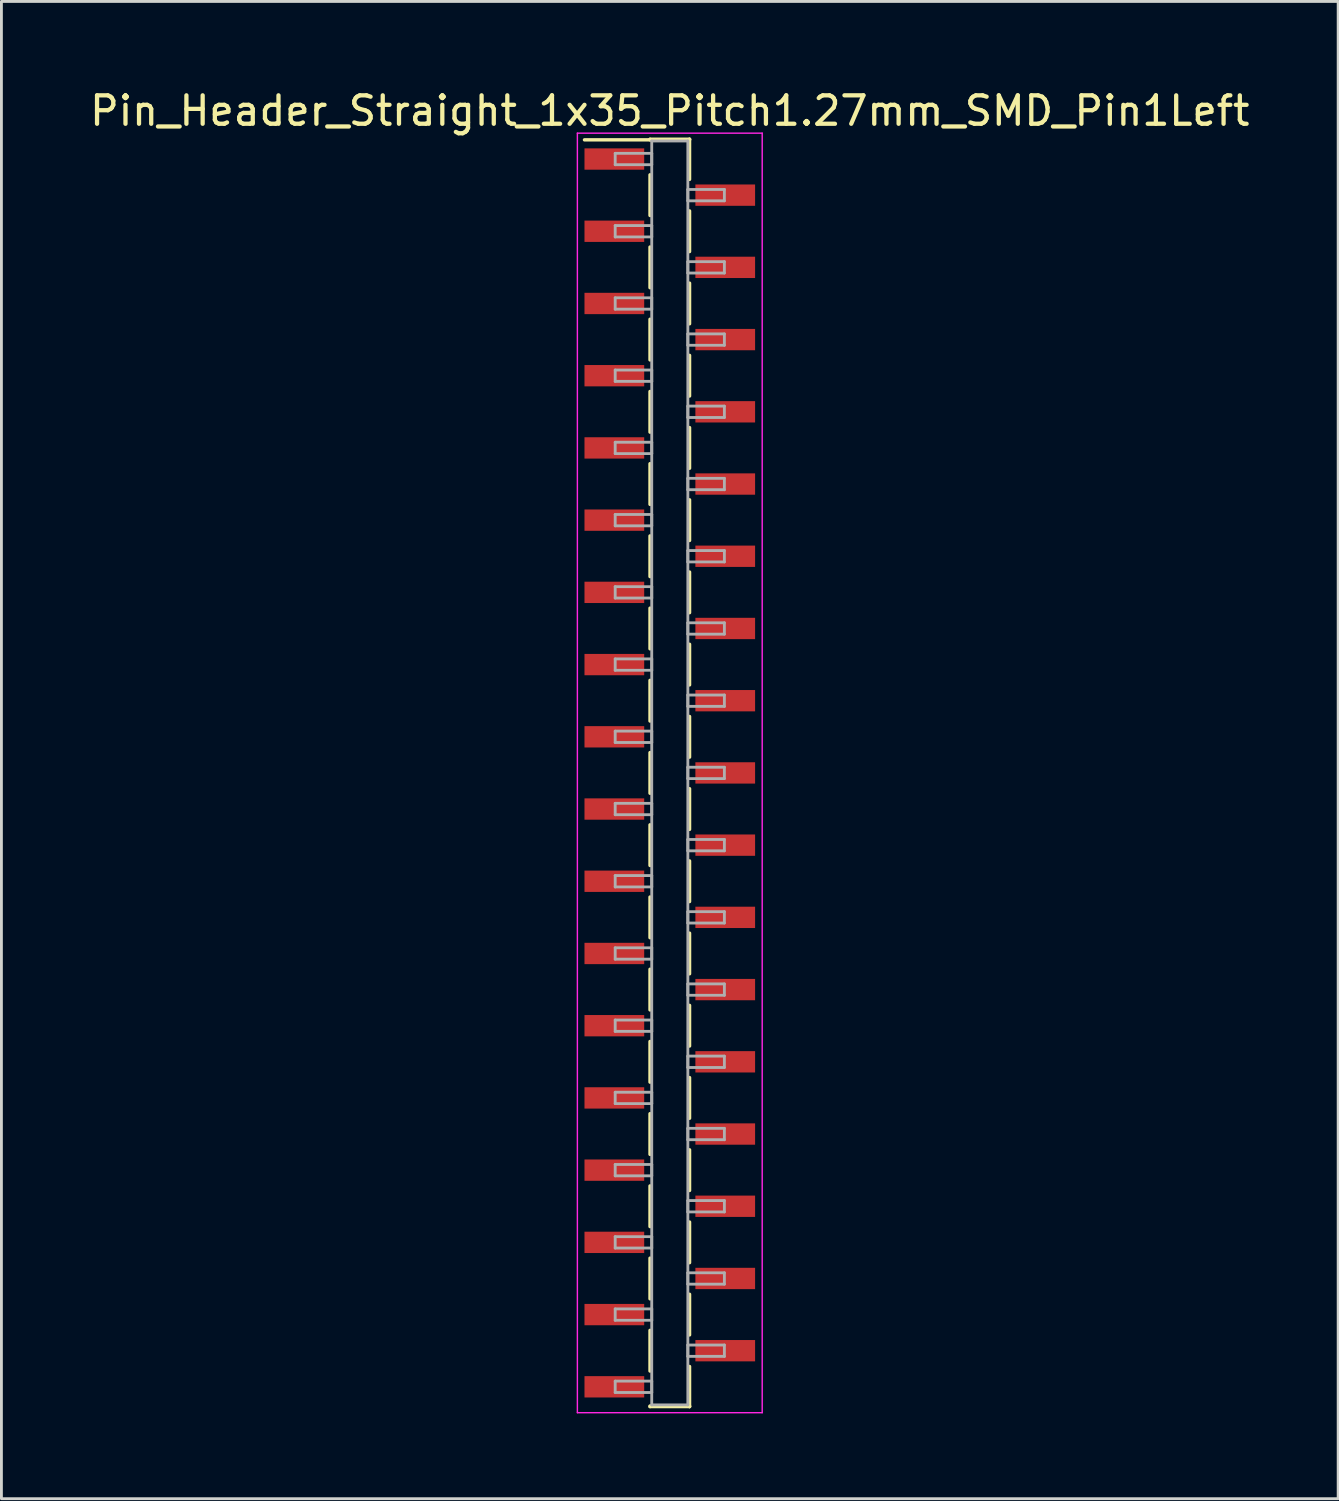
<source format=kicad_pcb>
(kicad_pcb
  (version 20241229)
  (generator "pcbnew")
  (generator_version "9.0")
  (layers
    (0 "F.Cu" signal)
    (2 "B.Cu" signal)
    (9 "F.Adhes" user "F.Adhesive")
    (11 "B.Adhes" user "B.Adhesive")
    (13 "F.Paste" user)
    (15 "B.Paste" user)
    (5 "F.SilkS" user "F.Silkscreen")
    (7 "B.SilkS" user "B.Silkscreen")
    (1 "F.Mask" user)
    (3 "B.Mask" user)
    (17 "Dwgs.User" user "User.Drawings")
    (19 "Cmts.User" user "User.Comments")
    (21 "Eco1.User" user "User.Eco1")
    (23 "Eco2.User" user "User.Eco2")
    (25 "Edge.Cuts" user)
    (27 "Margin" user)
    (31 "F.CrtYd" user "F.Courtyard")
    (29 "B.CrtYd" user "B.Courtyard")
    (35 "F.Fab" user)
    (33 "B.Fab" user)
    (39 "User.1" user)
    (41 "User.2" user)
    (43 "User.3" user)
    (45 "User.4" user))
  (footprint "Pin_Header_Straight_1x35_Pitch1.27mm_SMD_Pin1Left"
    (layer "F.Cu")
    (at 20.506 24.133)
    (property "Reference" "Pin_Header_Straight_1x35_Pitch1.27mm_SMD_Pin1Left" (at 0 -23.285 0) (layer "F.SilkS") (effects (font (size 1 1) (thickness 0.15))))
    (attr smd)
    (fp_line (start -0.695 -22.285) (end 0.695 -22.285) (stroke (width 0.12) (type solid)) (layer "F.SilkS"))
    (fp_line (start -0.695 -22.265) (end -3 -22.265) (stroke (width 0.12) (type solid)) (layer "F.SilkS"))
    (fp_line (start -0.695 -22.265) (end -0.695 -22.285) (stroke (width 0.12) (type solid)) (layer "F.SilkS"))
    (fp_line (start -0.695 -21.035) (end -0.695 -19.605) (stroke (width 0.12) (type solid)) (layer "F.SilkS"))
    (fp_line (start -0.695 -18.495) (end -0.695 -17.065) (stroke (width 0.12) (type solid)) (layer "F.SilkS"))
    (fp_line (start -0.695 -15.955) (end -0.695 -14.525) (stroke (width 0.12) (type solid)) (layer "F.SilkS"))
    (fp_line (start -0.695 -13.415) (end -0.695 -11.985) (stroke (width 0.12) (type solid)) (layer "F.SilkS"))
    (fp_line (start -0.695 -10.875) (end -0.695 -9.445) (stroke (width 0.12) (type solid)) (layer "F.SilkS"))
    (fp_line (start -0.695 -8.335) (end -0.695 -6.905) (stroke (width 0.12) (type solid)) (layer "F.SilkS"))
    (fp_line (start -0.695 -5.795) (end -0.695 -4.365) (stroke (width 0.12) (type solid)) (layer "F.SilkS"))
    (fp_line (start -0.695 -3.255) (end -0.695 -1.825) (stroke (width 0.12) (type solid)) (layer "F.SilkS"))
    (fp_line (start -0.695 -0.715) (end -0.695 0.715) (stroke (width 0.12) (type solid)) (layer "F.SilkS"))
    (fp_line (start -0.695 1.825) (end -0.695 3.255) (stroke (width 0.12) (type solid)) (layer "F.SilkS"))
    (fp_line (start -0.695 4.365) (end -0.695 5.795) (stroke (width 0.12) (type solid)) (layer "F.SilkS"))
    (fp_line (start -0.695 6.905) (end -0.695 8.335) (stroke (width 0.12) (type solid)) (layer "F.SilkS"))
    (fp_line (start -0.695 9.445) (end -0.695 10.875) (stroke (width 0.12) (type solid)) (layer "F.SilkS"))
    (fp_line (start -0.695 11.985) (end -0.695 13.415) (stroke (width 0.12) (type solid)) (layer "F.SilkS"))
    (fp_line (start -0.695 14.525) (end -0.695 15.955) (stroke (width 0.12) (type solid)) (layer "F.SilkS"))
    (fp_line (start -0.695 17.065) (end -0.695 18.495) (stroke (width 0.12) (type solid)) (layer "F.SilkS"))
    (fp_line (start -0.695 19.605) (end -0.695 21.035) (stroke (width 0.12) (type solid)) (layer "F.SilkS"))
    (fp_line (start -0.695 22.265) (end -0.695 22.285) (stroke (width 0.12) (type solid)) (layer "F.SilkS"))
    (fp_line (start -0.695 22.285) (end 0.695 22.285) (stroke (width 0.12) (type solid)) (layer "F.SilkS"))
    (fp_line (start 0.695 -22.285) (end 0.695 -22.265) (stroke (width 0.12) (type solid)) (layer "F.SilkS"))
    (fp_line (start 0.695 -22.285) (end 0.695 -20.875) (stroke (width 0.12) (type solid)) (layer "F.SilkS"))
    (fp_line (start 0.695 -19.765) (end 0.695 -18.335) (stroke (width 0.12) (type solid)) (layer "F.SilkS"))
    (fp_line (start 0.695 -17.225) (end 0.695 -15.795) (stroke (width 0.12) (type solid)) (layer "F.SilkS"))
    (fp_line (start 0.695 -14.685) (end 0.695 -13.255) (stroke (width 0.12) (type solid)) (layer "F.SilkS"))
    (fp_line (start 0.695 -12.145) (end 0.695 -10.715) (stroke (width 0.12) (type solid)) (layer "F.SilkS"))
    (fp_line (start 0.695 -9.605) (end 0.695 -8.175) (stroke (width 0.12) (type solid)) (layer "F.SilkS"))
    (fp_line (start 0.695 -7.065) (end 0.695 -5.635) (stroke (width 0.12) (type solid)) (layer "F.SilkS"))
    (fp_line (start 0.695 -4.525) (end 0.695 -3.095) (stroke (width 0.12) (type solid)) (layer "F.SilkS"))
    (fp_line (start 0.695 -1.985) (end 0.695 -0.555) (stroke (width 0.12) (type solid)) (layer "F.SilkS"))
    (fp_line (start 0.695 0.555) (end 0.695 1.985) (stroke (width 0.12) (type solid)) (layer "F.SilkS"))
    (fp_line (start 0.695 3.095) (end 0.695 4.525) (stroke (width 0.12) (type solid)) (layer "F.SilkS"))
    (fp_line (start 0.695 5.635) (end 0.695 7.065) (stroke (width 0.12) (type solid)) (layer "F.SilkS"))
    (fp_line (start 0.695 8.175) (end 0.695 9.605) (stroke (width 0.12) (type solid)) (layer "F.SilkS"))
    (fp_line (start 0.695 10.715) (end 0.695 12.145) (stroke (width 0.12) (type solid)) (layer "F.SilkS"))
    (fp_line (start 0.695 13.255) (end 0.695 14.685) (stroke (width 0.12) (type solid)) (layer "F.SilkS"))
    (fp_line (start 0.695 15.795) (end 0.695 17.225) (stroke (width 0.12) (type solid)) (layer "F.SilkS"))
    (fp_line (start 0.695 18.335) (end 0.695 19.765) (stroke (width 0.12) (type solid)) (layer "F.SilkS"))
    (fp_line (start 0.695 20.875) (end 0.695 22.285) (stroke (width 0.12) (type solid)) (layer "F.SilkS"))
    (fp_line (start 0.695 22.285) (end 0.695 22.265) (stroke (width 0.12) (type solid)) (layer "F.SilkS"))
    (fp_line (start -3.25 -22.5) (end -3.25 22.5) (stroke (width 0.05) (type solid)) (layer "F.CrtYd"))
    (fp_line (start -3.25 22.5) (end 3.25 22.5) (stroke (width 0.05) (type solid)) (layer "F.CrtYd"))
    (fp_line (start 3.25 -22.5) (end -3.25 -22.5) (stroke (width 0.05) (type solid)) (layer "F.CrtYd"))
    (fp_line (start 3.25 22.5) (end 3.25 -22.5) (stroke (width 0.05) (type solid)) (layer "F.CrtYd"))
    (fp_line (start -1.92 -21.79) (end -0.635 -21.79) (stroke (width 0.1) (type solid)) (layer "F.Fab"))
    (fp_line (start -1.92 -21.39) (end -1.92 -21.79) (stroke (width 0.1) (type solid)) (layer "F.Fab"))
    (fp_line (start -1.92 -19.25) (end -0.635 -19.25) (stroke (width 0.1) (type solid)) (layer "F.Fab"))
    (fp_line (start -1.92 -18.85) (end -1.92 -19.25) (stroke (width 0.1) (type solid)) (layer "F.Fab"))
    (fp_line (start -1.92 -16.71) (end -0.635 -16.71) (stroke (width 0.1) (type solid)) (layer "F.Fab"))
    (fp_line (start -1.92 -16.31) (end -1.92 -16.71) (stroke (width 0.1) (type solid)) (layer "F.Fab"))
    (fp_line (start -1.92 -14.17) (end -0.635 -14.17) (stroke (width 0.1) (type solid)) (layer "F.Fab"))
    (fp_line (start -1.92 -13.77) (end -1.92 -14.17) (stroke (width 0.1) (type solid)) (layer "F.Fab"))
    (fp_line (start -1.92 -11.63) (end -0.635 -11.63) (stroke (width 0.1) (type solid)) (layer "F.Fab"))
    (fp_line (start -1.92 -11.23) (end -1.92 -11.63) (stroke (width 0.1) (type solid)) (layer "F.Fab"))
    (fp_line (start -1.92 -9.09) (end -0.635 -9.09) (stroke (width 0.1) (type solid)) (layer "F.Fab"))
    (fp_line (start -1.92 -8.69) (end -1.92 -9.09) (stroke (width 0.1) (type solid)) (layer "F.Fab"))
    (fp_line (start -1.92 -6.55) (end -0.635 -6.55) (stroke (width 0.1) (type solid)) (layer "F.Fab"))
    (fp_line (start -1.92 -6.15) (end -1.92 -6.55) (stroke (width 0.1) (type solid)) (layer "F.Fab"))
    (fp_line (start -1.92 -4.01) (end -0.635 -4.01) (stroke (width 0.1) (type solid)) (layer "F.Fab"))
    (fp_line (start -1.92 -3.61) (end -1.92 -4.01) (stroke (width 0.1) (type solid)) (layer "F.Fab"))
    (fp_line (start -1.92 -1.47) (end -0.635 -1.47) (stroke (width 0.1) (type solid)) (layer "F.Fab"))
    (fp_line (start -1.92 -1.07) (end -1.92 -1.47) (stroke (width 0.1) (type solid)) (layer "F.Fab"))
    (fp_line (start -1.92 1.07) (end -0.635 1.07) (stroke (width 0.1) (type solid)) (layer "F.Fab"))
    (fp_line (start -1.92 1.47) (end -1.92 1.07) (stroke (width 0.1) (type solid)) (layer "F.Fab"))
    (fp_line (start -1.92 3.61) (end -0.635 3.61) (stroke (width 0.1) (type solid)) (layer "F.Fab"))
    (fp_line (start -1.92 4.01) (end -1.92 3.61) (stroke (width 0.1) (type solid)) (layer "F.Fab"))
    (fp_line (start -1.92 6.15) (end -0.635 6.15) (stroke (width 0.1) (type solid)) (layer "F.Fab"))
    (fp_line (start -1.92 6.55) (end -1.92 6.15) (stroke (width 0.1) (type solid)) (layer "F.Fab"))
    (fp_line (start -1.92 8.69) (end -0.635 8.69) (stroke (width 0.1) (type solid)) (layer "F.Fab"))
    (fp_line (start -1.92 9.09) (end -1.92 8.69) (stroke (width 0.1) (type solid)) (layer "F.Fab"))
    (fp_line (start -1.92 11.23) (end -0.635 11.23) (stroke (width 0.1) (type solid)) (layer "F.Fab"))
    (fp_line (start -1.92 11.63) (end -1.92 11.23) (stroke (width 0.1) (type solid)) (layer "F.Fab"))
    (fp_line (start -1.92 13.77) (end -0.635 13.77) (stroke (width 0.1) (type solid)) (layer "F.Fab"))
    (fp_line (start -1.92 14.17) (end -1.92 13.77) (stroke (width 0.1) (type solid)) (layer "F.Fab"))
    (fp_line (start -1.92 16.31) (end -0.635 16.31) (stroke (width 0.1) (type solid)) (layer "F.Fab"))
    (fp_line (start -1.92 16.71) (end -1.92 16.31) (stroke (width 0.1) (type solid)) (layer "F.Fab"))
    (fp_line (start -1.92 18.85) (end -0.635 18.85) (stroke (width 0.1) (type solid)) (layer "F.Fab"))
    (fp_line (start -1.92 19.25) (end -1.92 18.85) (stroke (width 0.1) (type solid)) (layer "F.Fab"))
    (fp_line (start -1.92 21.39) (end -0.635 21.39) (stroke (width 0.1) (type solid)) (layer "F.Fab"))
    (fp_line (start -1.92 21.79) (end -1.92 21.39) (stroke (width 0.1) (type solid)) (layer "F.Fab"))
    (fp_line (start -0.635 -22.225) (end -0.635 22.225) (stroke (width 0.1) (type solid)) (layer "F.Fab"))
    (fp_line (start -0.635 -21.79) (end -0.635 -21.39) (stroke (width 0.1) (type solid)) (layer "F.Fab"))
    (fp_line (start -0.635 -21.39) (end -1.92 -21.39) (stroke (width 0.1) (type solid)) (layer "F.Fab"))
    (fp_line (start -0.635 -19.25) (end -0.635 -18.85) (stroke (width 0.1) (type solid)) (layer "F.Fab"))
    (fp_line (start -0.635 -18.85) (end -1.92 -18.85) (stroke (width 0.1) (type solid)) (layer "F.Fab"))
    (fp_line (start -0.635 -16.71) (end -0.635 -16.31) (stroke (width 0.1) (type solid)) (layer "F.Fab"))
    (fp_line (start -0.635 -16.31) (end -1.92 -16.31) (stroke (width 0.1) (type solid)) (layer "F.Fab"))
    (fp_line (start -0.635 -14.17) (end -0.635 -13.77) (stroke (width 0.1) (type solid)) (layer "F.Fab"))
    (fp_line (start -0.635 -13.77) (end -1.92 -13.77) (stroke (width 0.1) (type solid)) (layer "F.Fab"))
    (fp_line (start -0.635 -11.63) (end -0.635 -11.23) (stroke (width 0.1) (type solid)) (layer "F.Fab"))
    (fp_line (start -0.635 -11.23) (end -1.92 -11.23) (stroke (width 0.1) (type solid)) (layer "F.Fab"))
    (fp_line (start -0.635 -9.09) (end -0.635 -8.69) (stroke (width 0.1) (type solid)) (layer "F.Fab"))
    (fp_line (start -0.635 -8.69) (end -1.92 -8.69) (stroke (width 0.1) (type solid)) (layer "F.Fab"))
    (fp_line (start -0.635 -6.55) (end -0.635 -6.15) (stroke (width 0.1) (type solid)) (layer "F.Fab"))
    (fp_line (start -0.635 -6.15) (end -1.92 -6.15) (stroke (width 0.1) (type solid)) (layer "F.Fab"))
    (fp_line (start -0.635 -4.01) (end -0.635 -3.61) (stroke (width 0.1) (type solid)) (layer "F.Fab"))
    (fp_line (start -0.635 -3.61) (end -1.92 -3.61) (stroke (width 0.1) (type solid)) (layer "F.Fab"))
    (fp_line (start -0.635 -1.47) (end -0.635 -1.07) (stroke (width 0.1) (type solid)) (layer "F.Fab"))
    (fp_line (start -0.635 -1.07) (end -1.92 -1.07) (stroke (width 0.1) (type solid)) (layer "F.Fab"))
    (fp_line (start -0.635 1.07) (end -0.635 1.47) (stroke (width 0.1) (type solid)) (layer "F.Fab"))
    (fp_line (start -0.635 1.47) (end -1.92 1.47) (stroke (width 0.1) (type solid)) (layer "F.Fab"))
    (fp_line (start -0.635 3.61) (end -0.635 4.01) (stroke (width 0.1) (type solid)) (layer "F.Fab"))
    (fp_line (start -0.635 4.01) (end -1.92 4.01) (stroke (width 0.1) (type solid)) (layer "F.Fab"))
    (fp_line (start -0.635 6.15) (end -0.635 6.55) (stroke (width 0.1) (type solid)) (layer "F.Fab"))
    (fp_line (start -0.635 6.55) (end -1.92 6.55) (stroke (width 0.1) (type solid)) (layer "F.Fab"))
    (fp_line (start -0.635 8.69) (end -0.635 9.09) (stroke (width 0.1) (type solid)) (layer "F.Fab"))
    (fp_line (start -0.635 9.09) (end -1.92 9.09) (stroke (width 0.1) (type solid)) (layer "F.Fab"))
    (fp_line (start -0.635 11.23) (end -0.635 11.63) (stroke (width 0.1) (type solid)) (layer "F.Fab"))
    (fp_line (start -0.635 11.63) (end -1.92 11.63) (stroke (width 0.1) (type solid)) (layer "F.Fab"))
    (fp_line (start -0.635 13.77) (end -0.635 14.17) (stroke (width 0.1) (type solid)) (layer "F.Fab"))
    (fp_line (start -0.635 14.17) (end -1.92 14.17) (stroke (width 0.1) (type solid)) (layer "F.Fab"))
    (fp_line (start -0.635 16.31) (end -0.635 16.71) (stroke (width 0.1) (type solid)) (layer "F.Fab"))
    (fp_line (start -0.635 16.71) (end -1.92 16.71) (stroke (width 0.1) (type solid)) (layer "F.Fab"))
    (fp_line (start -0.635 18.85) (end -0.635 19.25) (stroke (width 0.1) (type solid)) (layer "F.Fab"))
    (fp_line (start -0.635 19.25) (end -1.92 19.25) (stroke (width 0.1) (type solid)) (layer "F.Fab"))
    (fp_line (start -0.635 21.39) (end -0.635 21.79) (stroke (width 0.1) (type solid)) (layer "F.Fab"))
    (fp_line (start -0.635 21.79) (end -1.92 21.79) (stroke (width 0.1) (type solid)) (layer "F.Fab"))
    (fp_line (start -0.635 22.225) (end 0.635 22.225) (stroke (width 0.1) (type solid)) (layer "F.Fab"))
    (fp_line (start 0.635 -22.225) (end -0.635 -22.225) (stroke (width 0.1) (type solid)) (layer "F.Fab"))
    (fp_line (start 0.635 -20.52) (end 0.635 -20.12) (stroke (width 0.1) (type solid)) (layer "F.Fab"))
    (fp_line (start 0.635 -20.12) (end 1.92 -20.12) (stroke (width 0.1) (type solid)) (layer "F.Fab"))
    (fp_line (start 0.635 -17.98) (end 0.635 -17.58) (stroke (width 0.1) (type solid)) (layer "F.Fab"))
    (fp_line (start 0.635 -17.58) (end 1.92 -17.58) (stroke (width 0.1) (type solid)) (layer "F.Fab"))
    (fp_line (start 0.635 -15.44) (end 0.635 -15.04) (stroke (width 0.1) (type solid)) (layer "F.Fab"))
    (fp_line (start 0.635 -15.04) (end 1.92 -15.04) (stroke (width 0.1) (type solid)) (layer "F.Fab"))
    (fp_line (start 0.635 -12.9) (end 0.635 -12.5) (stroke (width 0.1) (type solid)) (layer "F.Fab"))
    (fp_line (start 0.635 -12.5) (end 1.92 -12.5) (stroke (width 0.1) (type solid)) (layer "F.Fab"))
    (fp_line (start 0.635 -10.36) (end 0.635 -9.96) (stroke (width 0.1) (type solid)) (layer "F.Fab"))
    (fp_line (start 0.635 -9.96) (end 1.92 -9.96) (stroke (width 0.1) (type solid)) (layer "F.Fab"))
    (fp_line (start 0.635 -7.82) (end 0.635 -7.42) (stroke (width 0.1) (type solid)) (layer "F.Fab"))
    (fp_line (start 0.635 -7.42) (end 1.92 -7.42) (stroke (width 0.1) (type solid)) (layer "F.Fab"))
    (fp_line (start 0.635 -5.28) (end 0.635 -4.88) (stroke (width 0.1) (type solid)) (layer "F.Fab"))
    (fp_line (start 0.635 -4.88) (end 1.92 -4.88) (stroke (width 0.1) (type solid)) (layer "F.Fab"))
    (fp_line (start 0.635 -2.74) (end 0.635 -2.34) (stroke (width 0.1) (type solid)) (layer "F.Fab"))
    (fp_line (start 0.635 -2.34) (end 1.92 -2.34) (stroke (width 0.1) (type solid)) (layer "F.Fab"))
    (fp_line (start 0.635 -0.2) (end 0.635 0.2) (stroke (width 0.1) (type solid)) (layer "F.Fab"))
    (fp_line (start 0.635 0.2) (end 1.92 0.2) (stroke (width 0.1) (type solid)) (layer "F.Fab"))
    (fp_line (start 0.635 2.34) (end 0.635 2.74) (stroke (width 0.1) (type solid)) (layer "F.Fab"))
    (fp_line (start 0.635 2.74) (end 1.92 2.74) (stroke (width 0.1) (type solid)) (layer "F.Fab"))
    (fp_line (start 0.635 4.88) (end 0.635 5.28) (stroke (width 0.1) (type solid)) (layer "F.Fab"))
    (fp_line (start 0.635 5.28) (end 1.92 5.28) (stroke (width 0.1) (type solid)) (layer "F.Fab"))
    (fp_line (start 0.635 7.42) (end 0.635 7.82) (stroke (width 0.1) (type solid)) (layer "F.Fab"))
    (fp_line (start 0.635 7.82) (end 1.92 7.82) (stroke (width 0.1) (type solid)) (layer "F.Fab"))
    (fp_line (start 0.635 9.96) (end 0.635 10.36) (stroke (width 0.1) (type solid)) (layer "F.Fab"))
    (fp_line (start 0.635 10.36) (end 1.92 10.36) (stroke (width 0.1) (type solid)) (layer "F.Fab"))
    (fp_line (start 0.635 12.5) (end 0.635 12.9) (stroke (width 0.1) (type solid)) (layer "F.Fab"))
    (fp_line (start 0.635 12.9) (end 1.92 12.9) (stroke (width 0.1) (type solid)) (layer "F.Fab"))
    (fp_line (start 0.635 15.04) (end 0.635 15.44) (stroke (width 0.1) (type solid)) (layer "F.Fab"))
    (fp_line (start 0.635 15.44) (end 1.92 15.44) (stroke (width 0.1) (type solid)) (layer "F.Fab"))
    (fp_line (start 0.635 17.58) (end 0.635 17.98) (stroke (width 0.1) (type solid)) (layer "F.Fab"))
    (fp_line (start 0.635 17.98) (end 1.92 17.98) (stroke (width 0.1) (type solid)) (layer "F.Fab"))
    (fp_line (start 0.635 20.12) (end 0.635 20.52) (stroke (width 0.1) (type solid)) (layer "F.Fab"))
    (fp_line (start 0.635 20.52) (end 1.92 20.52) (stroke (width 0.1) (type solid)) (layer "F.Fab"))
    (fp_line (start 0.635 22.225) (end 0.635 -22.225) (stroke (width 0.1) (type solid)) (layer "F.Fab"))
    (fp_line (start 1.92 -20.52) (end 0.635 -20.52) (stroke (width 0.1) (type solid)) (layer "F.Fab"))
    (fp_line (start 1.92 -20.12) (end 1.92 -20.52) (stroke (width 0.1) (type solid)) (layer "F.Fab"))
    (fp_line (start 1.92 -17.98) (end 0.635 -17.98) (stroke (width 0.1) (type solid)) (layer "F.Fab"))
    (fp_line (start 1.92 -17.58) (end 1.92 -17.98) (stroke (width 0.1) (type solid)) (layer "F.Fab"))
    (fp_line (start 1.92 -15.44) (end 0.635 -15.44) (stroke (width 0.1) (type solid)) (layer "F.Fab"))
    (fp_line (start 1.92 -15.04) (end 1.92 -15.44) (stroke (width 0.1) (type solid)) (layer "F.Fab"))
    (fp_line (start 1.92 -12.9) (end 0.635 -12.9) (stroke (width 0.1) (type solid)) (layer "F.Fab"))
    (fp_line (start 1.92 -12.5) (end 1.92 -12.9) (stroke (width 0.1) (type solid)) (layer "F.Fab"))
    (fp_line (start 1.92 -10.36) (end 0.635 -10.36) (stroke (width 0.1) (type solid)) (layer "F.Fab"))
    (fp_line (start 1.92 -9.96) (end 1.92 -10.36) (stroke (width 0.1) (type solid)) (layer "F.Fab"))
    (fp_line (start 1.92 -7.82) (end 0.635 -7.82) (stroke (width 0.1) (type solid)) (layer "F.Fab"))
    (fp_line (start 1.92 -7.42) (end 1.92 -7.82) (stroke (width 0.1) (type solid)) (layer "F.Fab"))
    (fp_line (start 1.92 -5.28) (end 0.635 -5.28) (stroke (width 0.1) (type solid)) (layer "F.Fab"))
    (fp_line (start 1.92 -4.88) (end 1.92 -5.28) (stroke (width 0.1) (type solid)) (layer "F.Fab"))
    (fp_line (start 1.92 -2.74) (end 0.635 -2.74) (stroke (width 0.1) (type solid)) (layer "F.Fab"))
    (fp_line (start 1.92 -2.34) (end 1.92 -2.74) (stroke (width 0.1) (type solid)) (layer "F.Fab"))
    (fp_line (start 1.92 -0.2) (end 0.635 -0.2) (stroke (width 0.1) (type solid)) (layer "F.Fab"))
    (fp_line (start 1.92 0.2) (end 1.92 -0.2) (stroke (width 0.1) (type solid)) (layer "F.Fab"))
    (fp_line (start 1.92 2.34) (end 0.635 2.34) (stroke (width 0.1) (type solid)) (layer "F.Fab"))
    (fp_line (start 1.92 2.74) (end 1.92 2.34) (stroke (width 0.1) (type solid)) (layer "F.Fab"))
    (fp_line (start 1.92 4.88) (end 0.635 4.88) (stroke (width 0.1) (type solid)) (layer "F.Fab"))
    (fp_line (start 1.92 5.28) (end 1.92 4.88) (stroke (width 0.1) (type solid)) (layer "F.Fab"))
    (fp_line (start 1.92 7.42) (end 0.635 7.42) (stroke (width 0.1) (type solid)) (layer "F.Fab"))
    (fp_line (start 1.92 7.82) (end 1.92 7.42) (stroke (width 0.1) (type solid)) (layer "F.Fab"))
    (fp_line (start 1.92 9.96) (end 0.635 9.96) (stroke (width 0.1) (type solid)) (layer "F.Fab"))
    (fp_line (start 1.92 10.36) (end 1.92 9.96) (stroke (width 0.1) (type solid)) (layer "F.Fab"))
    (fp_line (start 1.92 12.5) (end 0.635 12.5) (stroke (width 0.1) (type solid)) (layer "F.Fab"))
    (fp_line (start 1.92 12.9) (end 1.92 12.5) (stroke (width 0.1) (type solid)) (layer "F.Fab"))
    (fp_line (start 1.92 15.04) (end 0.635 15.04) (stroke (width 0.1) (type solid)) (layer "F.Fab"))
    (fp_line (start 1.92 15.44) (end 1.92 15.04) (stroke (width 0.1) (type solid)) (layer "F.Fab"))
    (fp_line (start 1.92 17.58) (end 0.635 17.58) (stroke (width 0.1) (type solid)) (layer "F.Fab"))
    (fp_line (start 1.92 17.98) (end 1.92 17.58) (stroke (width 0.1) (type solid)) (layer "F.Fab"))
    (fp_line (start 1.92 20.12) (end 0.635 20.12) (stroke (width 0.1) (type solid)) (layer "F.Fab"))
    (fp_line (start 1.92 20.52) (end 1.92 20.12) (stroke (width 0.1) (type solid)) (layer "F.Fab"))
    (pad "1" smd rect (at -1.95 -21.59) (size 2.1 0.75) (layers "F.Cu" "F.Mask"))
    (pad "2" smd rect (at 1.95 -20.32) (size 2.1 0.75) (layers "F.Cu" "F.Mask"))
    (pad "3" smd rect (at -1.95 -19.05) (size 2.1 0.75) (layers "F.Cu" "F.Mask"))
    (pad "4" smd rect (at 1.95 -17.78) (size 2.1 0.75) (layers "F.Cu" "F.Mask"))
    (pad "5" smd rect (at -1.95 -16.51) (size 2.1 0.75) (layers "F.Cu" "F.Mask"))
    (pad "6" smd rect (at 1.95 -15.24) (size 2.1 0.75) (layers "F.Cu" "F.Mask"))
    (pad "7" smd rect (at -1.95 -13.97) (size 2.1 0.75) (layers "F.Cu" "F.Mask"))
    (pad "8" smd rect (at 1.95 -12.7) (size 2.1 0.75) (layers "F.Cu" "F.Mask"))
    (pad "9" smd rect (at -1.95 -11.43) (size 2.1 0.75) (layers "F.Cu" "F.Mask"))
    (pad "10" smd rect (at 1.95 -10.16) (size 2.1 0.75) (layers "F.Cu" "F.Mask"))
    (pad "11" smd rect (at -1.95 -8.89) (size 2.1 0.75) (layers "F.Cu" "F.Mask"))
    (pad "12" smd rect (at 1.95 -7.62) (size 2.1 0.75) (layers "F.Cu" "F.Mask"))
    (pad "13" smd rect (at -1.95 -6.35) (size 2.1 0.75) (layers "F.Cu" "F.Mask"))
    (pad "14" smd rect (at 1.95 -5.08) (size 2.1 0.75) (layers "F.Cu" "F.Mask"))
    (pad "15" smd rect (at -1.95 -3.81) (size 2.1 0.75) (layers "F.Cu" "F.Mask"))
    (pad "16" smd rect (at 1.95 -2.54) (size 2.1 0.75) (layers "F.Cu" "F.Mask"))
    (pad "17" smd rect (at -1.95 -1.27) (size 2.1 0.75) (layers "F.Cu" "F.Mask"))
    (pad "18" smd rect (at 1.95 0) (size 2.1 0.75) (layers "F.Cu" "F.Mask"))
    (pad "19" smd rect (at -1.95 1.27) (size 2.1 0.75) (layers "F.Cu" "F.Mask"))
    (pad "20" smd rect (at 1.95 2.54) (size 2.1 0.75) (layers "F.Cu" "F.Mask"))
    (pad "21" smd rect (at -1.95 3.81) (size 2.1 0.75) (layers "F.Cu" "F.Mask"))
    (pad "22" smd rect (at 1.95 5.08) (size 2.1 0.75) (layers "F.Cu" "F.Mask"))
    (pad "23" smd rect (at -1.95 6.35) (size 2.1 0.75) (layers "F.Cu" "F.Mask"))
    (pad "24" smd rect (at 1.95 7.62) (size 2.1 0.75) (layers "F.Cu" "F.Mask"))
    (pad "25" smd rect (at -1.95 8.89) (size 2.1 0.75) (layers "F.Cu" "F.Mask"))
    (pad "26" smd rect (at 1.95 10.16) (size 2.1 0.75) (layers "F.Cu" "F.Mask"))
    (pad "27" smd rect (at -1.95 11.43) (size 2.1 0.75) (layers "F.Cu" "F.Mask"))
    (pad "28" smd rect (at 1.95 12.7) (size 2.1 0.75) (layers "F.Cu" "F.Mask"))
    (pad "29" smd rect (at -1.95 13.97) (size 2.1 0.75) (layers "F.Cu" "F.Mask"))
    (pad "30" smd rect (at 1.95 15.24) (size 2.1 0.75) (layers "F.Cu" "F.Mask"))
    (pad "31" smd rect (at -1.95 16.51) (size 2.1 0.75) (layers "F.Cu" "F.Mask"))
    (pad "32" smd rect (at 1.95 17.78) (size 2.1 0.75) (layers "F.Cu" "F.Mask"))
    (pad "33" smd rect (at -1.95 19.05) (size 2.1 0.75) (layers "F.Cu" "F.Mask"))
    (pad "34" smd rect (at 1.95 20.32) (size 2.1 0.75) (layers "F.Cu" "F.Mask"))
    (pad "35" smd rect (at -1.95 21.59) (size 2.1 0.75) (layers "F.Cu" "F.Mask")))
  (gr_rect
    (start -3 -3)
    (end 44.012 49.658)
    (stroke (width 0.1) (type default))
    (fill no)
    (layer "Edge.Cuts")))
</source>
